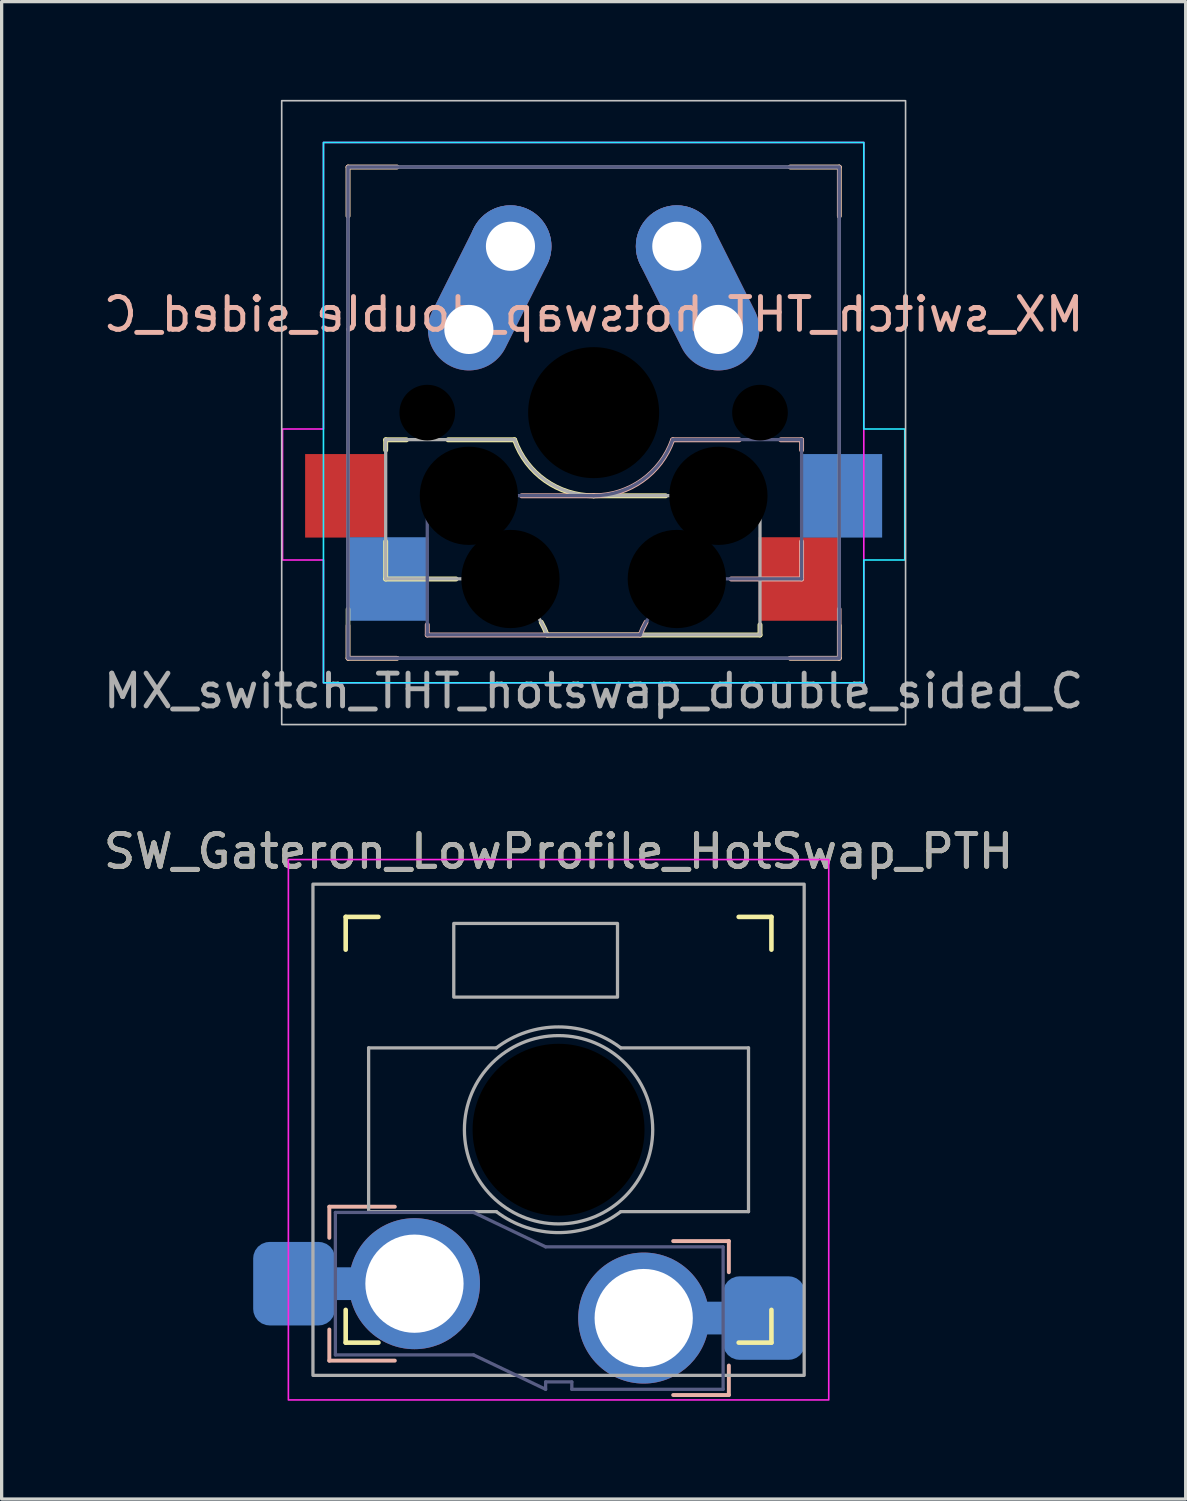
<source format=kicad_pcb>
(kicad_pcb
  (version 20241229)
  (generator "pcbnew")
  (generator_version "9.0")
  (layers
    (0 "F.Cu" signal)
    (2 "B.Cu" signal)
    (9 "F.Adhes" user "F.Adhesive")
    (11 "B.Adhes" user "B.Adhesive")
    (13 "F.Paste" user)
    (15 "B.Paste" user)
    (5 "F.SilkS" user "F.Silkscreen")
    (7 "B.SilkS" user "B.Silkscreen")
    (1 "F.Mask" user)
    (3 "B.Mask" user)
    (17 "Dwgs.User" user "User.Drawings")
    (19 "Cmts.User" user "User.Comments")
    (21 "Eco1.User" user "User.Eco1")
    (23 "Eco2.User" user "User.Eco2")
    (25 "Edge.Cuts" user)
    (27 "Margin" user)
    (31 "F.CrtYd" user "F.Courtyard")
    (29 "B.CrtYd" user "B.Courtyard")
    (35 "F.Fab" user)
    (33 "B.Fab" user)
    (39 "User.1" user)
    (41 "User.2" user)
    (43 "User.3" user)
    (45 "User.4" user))
  (footprint "SW_Gateron_LowProfile_HotSwap_PTH"
    (layer "F.Cu")
    (at 14.006 31.448)
    (property "Reference" "SW_Gateron_LowProfile_HotSwap_PTH" (at 0 -8.5 0) (unlocked yes) (layer "F.SilkS") (effects (font (size 1 1) (thickness 0.15))))
    (attr through_hole)
    (fp_line (start -6.5 -5.5) (end -6.5 -6.5) (stroke (width 0.14) (type solid)) (layer "F.SilkS"))
    (fp_line (start -6.5 6.5) (end -6.5 5.5) (stroke (width 0.14) (type solid)) (layer "F.SilkS"))
    (fp_line (start -6.5 6.5) (end -5.5 6.5) (stroke (width 0.14) (type solid)) (layer "F.SilkS"))
    (fp_line (start -5.5 -6.5) (end -6.5 -6.5) (stroke (width 0.14) (type solid)) (layer "F.SilkS"))
    (fp_line (start 5.5 6.5) (end 6.5 6.5) (stroke (width 0.14) (type solid)) (layer "F.SilkS"))
    (fp_line (start 6.5 -6.5) (end 5.5 -6.5) (stroke (width 0.14) (type solid)) (layer "F.SilkS"))
    (fp_line (start 6.5 -6.5) (end 6.5 -5.5) (stroke (width 0.14) (type solid)) (layer "F.SilkS"))
    (fp_line (start 6.5 5.5) (end 6.5 6.5) (stroke (width 0.14) (type solid)) (layer "F.SilkS"))
    (fp_line (start -7 2.35) (end -7 3.3) (stroke (width 0.12) (type solid)) (layer "B.SilkS"))
    (fp_line (start -7 2.35) (end -5 2.35) (stroke (width 0.12) (type solid)) (layer "B.SilkS"))
    (fp_line (start -7 7.05) (end -7 6.1) (stroke (width 0.12) (type solid)) (layer "B.SilkS"))
    (fp_line (start -7 7.05) (end -5 7.05) (stroke (width 0.12) (type solid)) (layer "B.SilkS"))
    (fp_line (start 5.2 3.4) (end 3.5 3.4) (stroke (width 0.12) (type solid)) (layer "B.SilkS"))
    (fp_line (start 5.2 3.4) (end 5.2 4.35) (stroke (width 0.12) (type solid)) (layer "B.SilkS"))
    (fp_line (start 5.2 8.1) (end 3.5 8.1) (stroke (width 0.12) (type solid)) (layer "B.SilkS"))
    (fp_line (start 5.2 8.1) (end 5.2 7.2) (stroke (width 0.12) (type solid)) (layer "B.SilkS"))
    (fp_rect (start 8.25 -8.25) (end -8.25 8.25) (stroke (width 0.05) (type solid)) (fill no) (layer "F.CrtYd"))
    (fp_line (start -6.815 2.525) (end -6.815 6.875) (stroke (width 0.1) (type solid)) (layer "B.Fab"))
    (fp_line (start -6.815 2.525) (end -2.595 2.525) (stroke (width 0.1) (type solid)) (layer "B.Fab"))
    (fp_line (start -6.815 6.875) (end -2.595 6.875) (stroke (width 0.1) (type solid)) (layer "B.Fab"))
    (fp_line (start -2.595 2.525) (end -0.395 3.575) (stroke (width 0.1) (type solid)) (layer "B.Fab"))
    (fp_line (start -2.595 6.875) (end -0.395 7.925) (stroke (width 0.1) (type solid)) (layer "B.Fab"))
    (fp_line (start -0.395 7.7) (end -0.395 7.925) (stroke (width 0.1) (type solid)) (layer "B.Fab"))
    (fp_line (start 0.405 7.7) (end -0.395 7.7) (stroke (width 0.1) (type solid)) (layer "B.Fab"))
    (fp_line (start 0.405 7.925) (end 0.405 7.7) (stroke (width 0.1) (type solid)) (layer "B.Fab"))
    (fp_line (start 5.025 3.575) (end -0.395 3.575) (stroke (width 0.1) (type solid)) (layer "B.Fab"))
    (fp_line (start 5.025 3.575) (end 5.025 7.925) (stroke (width 0.1) (type solid)) (layer "B.Fab"))
    (fp_line (start 5.025 7.925) (end 0.405 7.925) (stroke (width 0.1) (type solid)) (layer "B.Fab"))
    (fp_line (start -5.8 -2.5) (end -1.9 -2.5) (stroke (width 0.1) (type default)) (layer "F.Fab"))
    (fp_line (start -5.8 2.5) (end -5.8 -2.5) (stroke (width 0.1) (type default)) (layer "F.Fab"))
    (fp_line (start -1.9 2.5) (end -5.8 2.5) (stroke (width 0.1) (type default)) (layer "F.Fab"))
    (fp_line (start 1.9 -2.5) (end 5.8 -2.5) (stroke (width 0.1) (type default)) (layer "F.Fab"))
    (fp_line (start 5.8 -2.5) (end 5.8 2.5) (stroke (width 0.1) (type default)) (layer "F.Fab"))
    (fp_line (start 5.8 2.5) (end 1.9 2.5) (stroke (width 0.1) (type default)) (layer "F.Fab"))
    (fp_rect (start -3.2 -6.3) (end 1.8 -4.05) (stroke (width 0.1) (type default)) (fill no) (layer "F.Fab"))
    (fp_rect (start 7.5 -7.5) (end -7.5 7.5) (stroke (width 0.1) (type solid)) (fill no) (layer "F.Fab"))
    (fp_arc (start -1.9 -2.499999) (mid 0 -3.140063) (end 1.9 -2.499999) (stroke (width 0.1) (type default)) (layer "F.Fab"))
    (fp_arc (start 1.9 2.499999) (mid 0 3.140063) (end -1.9 2.499999) (stroke (width 0.1) (type default)) (layer "F.Fab"))
    (fp_circle (center 0 0) (end 2.875 0) (stroke (width 0.1) (type default)) (fill no) (layer "F.Fab"))
    (fp_poly (pts (xy -2.05 -0.64) (xy -0.6 -0.64) (xy -0.6 -2) (xy 0.5 -2) (xy 0.5 -0.64) (xy 1.95 -0.64) (xy 1.95 0.64) (xy 0.5 0.64) (xy 0.5 2) (xy -0.6 2) (xy -0.6 0.64) (xy -2.05 0.64)) (stroke (width 0.1) (type solid)) (fill no) (layer "F.Fab"))
    (fp_text user "${REFERENCE}" (at 0 -8.5 0) (unlocked yes) (layer "F.Fab") (effects (font (size 1 1) (thickness 0.15))))
    (pad "" np_thru_hole circle (at 0 0) (size 5.25 5.25) (drill 5.25) (layers "*.Mask"))
    (pad "1" smd roundrect (at -8.075 4.7) (size 2.5 2.55) (layers "B.Cu" "B.Mask" "B.Paste") (roundrect_rratio 0.2))
    (pad "1" smd rect (at -6.35 4.7) (size 3.9 1) (layers "B.Cu"))
    (pad "1" thru_hole circle (at -4.4 4.7) (size 4 4) (drill 3) (layers "*.Cu" "B.Mask"))
    (pad "2" thru_hole circle (at 2.6 5.75) (size 4 4) (drill 3) (layers "*.Cu" "B.Mask"))
    (pad "2" smd rect (at 4.475 5.75) (size 3.75 1) (layers "B.Cu"))
    (pad "2" smd roundrect (at 6.275 5.75) (size 2.5 2.55) (layers "B.Cu" "B.Mask" "B.Paste") (roundrect_rratio 0.2)))
  (footprint "MX_switch_THT_hotswap_double_sided_C"
    (layer "F.Cu")
    (at 15.077 9.55)
    (property "Reference" "MX_switch_THT_hotswap_double_sided_C" (at 0 -3 0) (unlocked yes) (layer "B.SilkS") (effects (font (size 1 1) (thickness 0.15)) (justify mirror)))
    (fp_line (start -7.5 -7.5) (end -7.5 -6) (stroke (width 0.14) (type solid)) (layer "F.SilkS"))
    (fp_line (start -7.5 -7.5) (end -6 -7.5) (stroke (width 0.14) (type solid)) (layer "F.SilkS"))
    (fp_line (start -7.5 7.5) (end -7.5 6) (stroke (width 0.14) (type solid)) (layer "F.SilkS"))
    (fp_line (start -7.5 7.5) (end -6 7.5) (stroke (width 0.14) (type solid)) (layer "F.SilkS"))
    (fp_line (start -6.35 0.83) (end -6.35 1.143) (stroke (width 0.15) (type solid)) (layer "F.SilkS"))
    (fp_line (start -6.35 0.83) (end -5.715 0.83) (stroke (width 0.15) (type solid)) (layer "F.SilkS"))
    (fp_line (start -6.35 3.937) (end -6.35 5.08) (stroke (width 0.15) (type solid)) (layer "F.SilkS"))
    (fp_line (start -6.35 5.08) (end -4.2 5.08) (stroke (width 0.15) (type solid)) (layer "F.SilkS"))
    (fp_line (start -4.445 0.83) (end -2.413 0.83) (stroke (width 0.15) (type solid)) (layer "F.SilkS"))
    (fp_line (start 2.2 2.54) (end 0 2.54) (stroke (width 0.15) (type solid)) (layer "F.SilkS"))
    (fp_line (start 5.08 6.477) (end 5.08 6.79) (stroke (width 0.15) (type solid)) (layer "F.SilkS"))
    (fp_line (start 5.08 6.79) (end -1.421 6.79) (stroke (width 0.15) (type solid)) (layer "F.SilkS"))
    (fp_line (start 7.5 -7.5) (end 6 -7.5) (stroke (width 0.14) (type solid)) (layer "F.SilkS"))
    (fp_line (start 7.5 -7.5) (end 7.5 -6) (stroke (width 0.14) (type solid)) (layer "F.SilkS"))
    (fp_line (start 7.5 7.5) (end 6 7.5) (stroke (width 0.14) (type solid)) (layer "F.SilkS"))
    (fp_line (start 7.5 7.5) (end 7.5 6.5) (stroke (width 0.14) (type solid)) (layer "F.SilkS"))
    (fp_arc (start -1.6 6.4) (mid -1.502613 6.591419) (end -1.420812 6.79) (stroke (width 0.15) (type solid)) (layer "F.SilkS"))
    (fp_arc (start 0 2.54) (mid -1.480188 2.071204) (end -2.413 0.83) (stroke (width 0.15) (type solid)) (layer "F.SilkS"))
    (fp_line (start -7.5 -7.5) (end -7.5 -6) (stroke (width 0.14) (type solid)) (layer "B.SilkS"))
    (fp_line (start -7.5 -7.5) (end -6 -7.5) (stroke (width 0.14) (type solid)) (layer "B.SilkS"))
    (fp_line (start -7.5 7.5) (end -7.5 6.5) (stroke (width 0.14) (type solid)) (layer "B.SilkS"))
    (fp_line (start -7.5 7.5) (end -6 7.5) (stroke (width 0.14) (type solid)) (layer "B.SilkS"))
    (fp_line (start -5.08 6.477) (end -5.08 6.79) (stroke (width 0.15) (type solid)) (layer "B.SilkS"))
    (fp_line (start -5.08 6.79) (end 1.421 6.79) (stroke (width 0.15) (type solid)) (layer "B.SilkS"))
    (fp_line (start -2.2 2.54) (end 0 2.54) (stroke (width 0.15) (type solid)) (layer "B.SilkS"))
    (fp_line (start 4.445 0.83) (end 2.413 0.83) (stroke (width 0.15) (type solid)) (layer "B.SilkS"))
    (fp_line (start 6.35 0.83) (end 5.715 0.83) (stroke (width 0.15) (type solid)) (layer "B.SilkS"))
    (fp_line (start 6.35 0.83) (end 6.35 1.143) (stroke (width 0.15) (type solid)) (layer "B.SilkS"))
    (fp_line (start 6.35 3.937) (end 6.35 5.08) (stroke (width 0.15) (type solid)) (layer "B.SilkS"))
    (fp_line (start 6.35 5.08) (end 4.2 5.08) (stroke (width 0.15) (type solid)) (layer "B.SilkS"))
    (fp_line (start 7.5 -7.5) (end 6 -7.5) (stroke (width 0.14) (type solid)) (layer "B.SilkS"))
    (fp_line (start 7.5 -7.5) (end 7.5 -6) (stroke (width 0.14) (type solid)) (layer "B.SilkS"))
    (fp_line (start 7.5 7.5) (end 6 7.5) (stroke (width 0.14) (type solid)) (layer "B.SilkS"))
    (fp_line (start 7.5 7.5) (end 7.5 6) (stroke (width 0.14) (type solid)) (layer "B.SilkS"))
    (fp_arc (start 1.420812 6.79) (mid 1.502613 6.59142) (end 1.6 6.4) (stroke (width 0.15) (type solid)) (layer "B.SilkS"))
    (fp_arc (start 2.413 0.83) (mid 1.480188 2.071204) (end 0 2.54) (stroke (width 0.15) (type solid)) (layer "B.SilkS"))
    (fp_rect (start 9.525 -9.525) (end -9.525 9.525) (stroke (width 0.05) (type solid)) (fill no) (layer "Dwgs.User"))
    (fp_poly (pts (xy 8.25 0.5) (xy 9.5 0.5) (xy 9.5 4.5) (xy 8.25 4.5) (xy 8.25 8.25) (xy -8.25 8.25) (xy -8.25 -8.25) (xy 8.25 -8.25)) (stroke (width 0.05) (type solid)) (fill no) (layer "B.CrtYd"))
    (fp_poly (pts (xy -8.25 0.5) (xy -9.5 0.5) (xy -9.5 4.5) (xy -8.25 4.5) (xy -8.25 8.25) (xy 8.25 8.25) (xy 8.25 -8.25) (xy -8.25 -8.25)) (stroke (width 0.05) (type solid)) (fill no) (layer "F.CrtYd"))
    (fp_line (start -5.08 2.535) (end -5.08 6.785) (stroke (width 0.1) (type solid)) (layer "B.Fab"))
    (fp_line (start -5.08 2.535) (end 0 2.535) (stroke (width 0.1) (type solid)) (layer "B.Fab"))
    (fp_line (start -5.08 6.785) (end 1.421 6.785) (stroke (width 0.1) (type solid)) (layer "B.Fab"))
    (fp_line (start 6.35 0.825) (end 2.413 0.825) (stroke (width 0.1) (type solid)) (layer "B.Fab"))
    (fp_line (start 6.35 0.825) (end 6.35 5.075) (stroke (width 0.1) (type solid)) (layer "B.Fab"))
    (fp_line (start 6.35 5.075) (end 3.937 5.075) (stroke (width 0.1) (type solid)) (layer "B.Fab"))
    (fp_rect (start 7.5 -7.5) (end -7.5 7.5) (stroke (width 0.1) (type solid)) (fill no) (layer "B.Fab"))
    (fp_arc (start 1.420812 6.785) (mid 2.403572 5.524859) (end 3.937 5.075) (stroke (width 0.1) (type solid)) (layer "B.Fab"))
    (fp_arc (start 2.413 0.825) (mid 1.480188 2.066204) (end 0 2.535) (stroke (width 0.1) (type solid)) (layer "B.Fab"))
    (fp_line (start -6.35 0.825) (end -6.35 5.075) (stroke (width 0.1) (type solid)) (layer "F.Fab"))
    (fp_line (start -6.35 0.825) (end -2.413 0.825) (stroke (width 0.1) (type solid)) (layer "F.Fab"))
    (fp_line (start -6.35 5.075) (end -3.937 5.075) (stroke (width 0.1) (type solid)) (layer "F.Fab"))
    (fp_line (start 5.08 2.535) (end 0 2.535) (stroke (width 0.1) (type solid)) (layer "F.Fab"))
    (fp_line (start 5.08 2.535) (end 5.08 6.785) (stroke (width 0.1) (type solid)) (layer "F.Fab"))
    (fp_line (start 5.08 6.785) (end -1.421 6.785) (stroke (width 0.1) (type solid)) (layer "F.Fab"))
    (fp_rect (start -7.5 -7.5) (end 7.5 7.5) (stroke (width 0.1) (type solid)) (fill no) (layer "F.Fab"))
    (fp_arc (start -3.937 5.075) (mid -2.403571 5.524857) (end -1.420812 6.785) (stroke (width 0.1) (type solid)) (layer "F.Fab"))
    (fp_arc (start 0 2.535) (mid -1.480188 2.066204) (end -2.413 0.825) (stroke (width 0.1) (type solid)) (layer "F.Fab"))
    (fp_text user "${REFERENCE}" (at 0 8.5 0) (unlocked yes) (layer "F.Fab") (effects (font (size 1 1) (thickness 0.15))))
    (pad "" np_thru_hole circle (at -5.08 0) (size 1.7 1.7) (drill 1.7) (layers "*.Mask"))
    (pad "" np_thru_hole circle (at -3.81 2.54) (size 3 3) (drill 3) (layers "*.Mask"))
    (pad "" np_thru_hole circle (at -2.54 5.08) (size 3 3) (drill 3) (layers "*.Mask"))
    (pad "" np_thru_hole circle (at 0 0) (size 4 4) (drill 4) (layers "*.Mask"))
    (pad "" np_thru_hole circle (at 2.54 5.08) (size 3 3) (drill 3) (layers "*.Mask"))
    (pad "" np_thru_hole circle (at 3.81 2.54) (size 3 3) (drill 3) (layers "*.Mask"))
    (pad "" np_thru_hole circle (at 5.08 0) (size 1.7 1.7) (drill 1.7) (layers "*.Mask"))
    (pad "1" smd rect (at -7.56 2.54) (size 2.5 2.55) (layers "F.Cu" "F.Mask" "F.Paste"))
    (pad "1" smd rect (at -6.29 5.08) (size 2.5 2.55) (layers "B.Cu" "B.Mask" "B.Paste"))
    (pad "1" thru_hole oval (at -3.81 -2.54 63.4) (size 5.34 2.5) (drill 1.5 (offset 1.419 0)) (layers "*.Cu" "*.Mask"))
    (pad "1" thru_hole circle (at -2.54 -5.08) (size 2.5 2.5) (drill 1.5) (layers "*.Cu" "*.Mask"))
    (pad "2" thru_hole circle (at 2.54 -5.08) (size 2.5 2.5) (drill 1.5) (layers "*.Cu" "*.Mask"))
    (pad "2" thru_hole oval (at 3.81 -2.54 296.6) (size 5.34 2.5) (drill 1.5 (offset -1.419 0)) (layers "*.Cu" "*.Mask"))
    (pad "2" smd rect (at 6.29 5.08) (size 2.5 2.55) (layers "F.Cu" "F.Mask" "F.Paste"))
    (pad "2" smd rect (at 7.56 2.54) (size 2.5 2.55) (layers "B.Cu" "B.Mask" "B.Paste")))
  (gr_rect
    (start -3 -3)
    (end 33.155 42.723)
    (stroke (width 0.1) (type default))
    (fill no)
    (layer "Edge.Cuts")))
</source>
